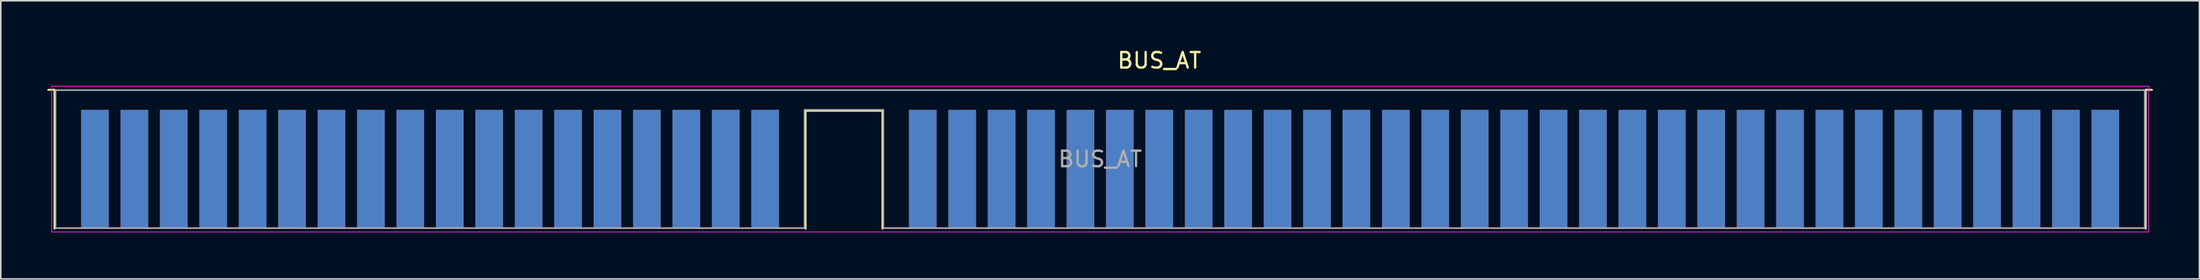
<source format=kicad_pcb>
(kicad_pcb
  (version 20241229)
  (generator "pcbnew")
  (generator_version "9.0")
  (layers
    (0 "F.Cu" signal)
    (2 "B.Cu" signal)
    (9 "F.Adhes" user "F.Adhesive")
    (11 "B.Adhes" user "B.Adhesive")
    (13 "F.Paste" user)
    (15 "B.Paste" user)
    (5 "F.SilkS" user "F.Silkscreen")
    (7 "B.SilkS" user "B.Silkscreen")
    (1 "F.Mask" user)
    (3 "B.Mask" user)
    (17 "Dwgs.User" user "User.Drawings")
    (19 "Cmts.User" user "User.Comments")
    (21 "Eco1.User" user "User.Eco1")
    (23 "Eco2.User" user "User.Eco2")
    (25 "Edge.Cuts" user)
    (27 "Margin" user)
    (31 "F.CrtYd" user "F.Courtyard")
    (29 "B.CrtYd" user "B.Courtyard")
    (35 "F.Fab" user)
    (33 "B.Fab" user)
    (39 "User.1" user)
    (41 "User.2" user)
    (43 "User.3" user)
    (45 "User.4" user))
  (footprint "BUS_AT"
    (layer "F.Cu")
    (at 132.61 7.838)
    (property "Reference" "BUS_AT" (at -60.96 -6.99 0) (layer "F.SilkS") (effects (font (size 1 1) (thickness 0.15))))
    (attr exclude_from_pos_files exclude_from_bom)
    (fp_line (start -132.15 -5.1) (end -132.55 -5.1) (stroke (width 0.12) (type solid)) (layer "F.SilkS"))
    (fp_line (start -132.15 3.85) (end -132.15 -5.1) (stroke (width 0.12) (type solid)) (layer "F.SilkS"))
    (fp_line (start -83.75 -3.75) (end -78.8 -3.75) (stroke (width 0.12) (type solid)) (layer "F.SilkS"))
    (fp_line (start -83.75 3.85) (end -83.75 -3.75) (stroke (width 0.12) (type solid)) (layer "F.SilkS"))
    (fp_line (start -78.8 -3.75) (end -78.8 3.85) (stroke (width 0.12) (type solid)) (layer "F.SilkS"))
    (fp_line (start 2.6 -5.1) (end 3 -5.1) (stroke (width 0.12) (type solid)) (layer "F.SilkS"))
    (fp_line (start 2.6 3.85) (end 2.6 -5.1) (stroke (width 0.12) (type solid)) (layer "F.SilkS"))
    (fp_line (start -132.33 -5.33) (end -132.33 4.06) (stroke (width 0.05) (type solid)) (layer "F.CrtYd"))
    (fp_line (start -132.33 -5.33) (end 2.79 -5.33) (stroke (width 0.05) (type solid)) (layer "F.CrtYd"))
    (fp_line (start 2.79 4.06) (end -132.33 4.06) (stroke (width 0.05) (type solid)) (layer "F.CrtYd"))
    (fp_line (start 2.79 4.06) (end 2.79 -5.33) (stroke (width 0.05) (type solid)) (layer "F.CrtYd"))
    (fp_line (start -132.08 -5.08) (end 2.54 -5.08) (stroke (width 0.1) (type solid)) (layer "F.Fab"))
    (fp_line (start -132.08 3.81) (end -132.08 -5.08) (stroke (width 0.1) (type solid)) (layer "F.Fab"))
    (fp_line (start -83.82 -3.81) (end -83.82 3.81) (stroke (width 0.1) (type solid)) (layer "F.Fab"))
    (fp_line (start -83.82 3.81) (end -132.08 3.81) (stroke (width 0.1) (type solid)) (layer "F.Fab"))
    (fp_line (start -78.74 -3.81) (end -83.82 -3.81) (stroke (width 0.1) (type solid)) (layer "F.Fab"))
    (fp_line (start -78.74 3.81) (end -78.74 -3.81) (stroke (width 0.1) (type solid)) (layer "F.Fab"))
    (fp_line (start 2.54 -5.08) (end 2.54 3.81) (stroke (width 0.1) (type solid)) (layer "F.Fab"))
    (fp_line (start 2.54 3.81) (end -78.74 3.81) (stroke (width 0.1) (type solid)) (layer "F.Fab"))
    (fp_text user "${REFERENCE}" (at -64.77 -0.635 0) (layer "F.Fab") (effects (font (size 1 1) (thickness 0.15))))
    (pad "1" connect rect (at 0 0) (size 1.78 7.62) (layers "B.Cu" "B.Mask"))
    (pad "2" connect rect (at -2.54 0) (size 1.78 7.62) (layers "B.Cu" "B.Mask"))
    (pad "3" connect rect (at -5.08 0) (size 1.78 7.62) (layers "B.Cu" "B.Mask"))
    (pad "4" connect rect (at -7.62 0) (size 1.78 7.62) (layers "B.Cu" "B.Mask"))
    (pad "5" connect rect (at -10.16 0) (size 1.78 7.62) (layers "B.Cu" "B.Mask"))
    (pad "6" connect rect (at -12.7 0) (size 1.78 7.62) (layers "B.Cu" "B.Mask"))
    (pad "7" connect rect (at -15.24 0) (size 1.78 7.62) (layers "B.Cu" "B.Mask"))
    (pad "8" connect rect (at -17.78 0) (size 1.78 7.62) (layers "B.Cu" "B.Mask"))
    (pad "9" connect rect (at -20.32 0) (size 1.78 7.62) (layers "B.Cu" "B.Mask"))
    (pad "10" connect rect (at -22.86 0) (size 1.78 7.62) (layers "B.Cu" "B.Mask"))
    (pad "11" connect rect (at -25.4 0) (size 1.78 7.62) (layers "B.Cu" "B.Mask"))
    (pad "12" connect rect (at -27.94 0) (size 1.78 7.62) (layers "B.Cu" "B.Mask"))
    (pad "13" connect rect (at -30.48 0) (size 1.78 7.62) (layers "B.Cu" "B.Mask"))
    (pad "14" connect rect (at -33.02 0) (size 1.78 7.62) (layers "B.Cu" "B.Mask"))
    (pad "15" connect rect (at -35.56 0) (size 1.78 7.62) (layers "B.Cu" "B.Mask"))
    (pad "16" connect rect (at -38.1 0) (size 1.78 7.62) (layers "B.Cu" "B.Mask"))
    (pad "17" connect rect (at -40.64 0) (size 1.78 7.62) (layers "B.Cu" "B.Mask"))
    (pad "18" connect rect (at -43.18 0) (size 1.78 7.62) (layers "B.Cu" "B.Mask"))
    (pad "19" connect rect (at -45.72 0) (size 1.78 7.62) (layers "B.Cu" "B.Mask"))
    (pad "20" connect rect (at -48.26 0) (size 1.78 7.62) (layers "B.Cu" "B.Mask"))
    (pad "21" connect rect (at -50.8 0) (size 1.78 7.62) (layers "B.Cu" "B.Mask"))
    (pad "22" connect rect (at -53.34 0) (size 1.78 7.62) (layers "B.Cu" "B.Mask"))
    (pad "23" connect rect (at -55.88 0) (size 1.78 7.62) (layers "B.Cu" "B.Mask"))
    (pad "24" connect rect (at -58.42 0) (size 1.78 7.62) (layers "B.Cu" "B.Mask"))
    (pad "25" connect rect (at -60.96 0) (size 1.78 7.62) (layers "B.Cu" "B.Mask"))
    (pad "26" connect rect (at -63.5 0) (size 1.78 7.62) (layers "B.Cu" "B.Mask"))
    (pad "27" connect rect (at -66.04 0) (size 1.78 7.62) (layers "B.Cu" "B.Mask"))
    (pad "28" connect rect (at -68.58 0) (size 1.78 7.62) (layers "B.Cu" "B.Mask"))
    (pad "29" connect rect (at -71.12 0) (size 1.78 7.62) (layers "B.Cu" "B.Mask"))
    (pad "30" connect rect (at -73.66 0) (size 1.78 7.62) (layers "B.Cu" "B.Mask"))
    (pad "31" connect rect (at -76.2 0) (size 1.78 7.62) (layers "B.Cu" "B.Mask"))
    (pad "32" connect rect (at 0 0) (size 1.78 7.62) (layers "F.Cu" "F.Mask"))
    (pad "33" connect rect (at -2.54 0) (size 1.78 7.62) (layers "F.Cu" "F.Mask"))
    (pad "34" connect rect (at -5.08 0) (size 1.78 7.62) (layers "F.Cu" "F.Mask"))
    (pad "35" connect rect (at -7.62 0) (size 1.78 7.62) (layers "F.Cu" "F.Mask"))
    (pad "36" connect rect (at -10.16 0) (size 1.78 7.62) (layers "F.Cu" "F.Mask"))
    (pad "37" connect rect (at -12.7 0) (size 1.78 7.62) (layers "F.Cu" "F.Mask"))
    (pad "38" connect rect (at -15.24 0) (size 1.78 7.62) (layers "F.Cu" "F.Mask"))
    (pad "39" connect rect (at -17.78 0) (size 1.78 7.62) (layers "F.Cu" "F.Mask"))
    (pad "40" connect rect (at -20.32 0) (size 1.78 7.62) (layers "F.Cu" "F.Mask"))
    (pad "41" connect rect (at -22.86 0) (size 1.78 7.62) (layers "F.Cu" "F.Mask"))
    (pad "42" connect rect (at -25.4 0) (size 1.78 7.62) (layers "F.Cu" "F.Mask"))
    (pad "43" connect rect (at -27.94 0) (size 1.78 7.62) (layers "F.Cu" "F.Mask"))
    (pad "44" connect rect (at -30.48 0) (size 1.78 7.62) (layers "F.Cu" "F.Mask"))
    (pad "45" connect rect (at -33.02 0) (size 1.78 7.62) (layers "F.Cu" "F.Mask"))
    (pad "46" connect rect (at -35.56 0) (size 1.78 7.62) (layers "F.Cu" "F.Mask"))
    (pad "47" connect rect (at -38.1 0) (size 1.78 7.62) (layers "F.Cu" "F.Mask"))
    (pad "48" connect rect (at -40.64 0) (size 1.78 7.62) (layers "F.Cu" "F.Mask"))
    (pad "49" connect rect (at -43.18 0) (size 1.78 7.62) (layers "F.Cu" "F.Mask"))
    (pad "50" connect rect (at -45.72 0) (size 1.78 7.62) (layers "F.Cu" "F.Mask"))
    (pad "51" connect rect (at -48.26 0) (size 1.78 7.62) (layers "F.Cu" "F.Mask"))
    (pad "52" connect rect (at -50.8 0) (size 1.78 7.62) (layers "F.Cu" "F.Mask"))
    (pad "53" connect rect (at -53.34 0) (size 1.78 7.62) (layers "F.Cu" "F.Mask"))
    (pad "54" connect rect (at -55.88 0) (size 1.78 7.62) (layers "F.Cu" "F.Mask"))
    (pad "55" connect rect (at -58.42 0) (size 1.78 7.62) (layers "F.Cu" "F.Mask"))
    (pad "56" connect rect (at -60.96 0) (size 1.78 7.62) (layers "F.Cu" "F.Mask"))
    (pad "57" connect rect (at -63.5 0) (size 1.78 7.62) (layers "F.Cu" "F.Mask"))
    (pad "58" connect rect (at -66.04 0) (size 1.78 7.62) (layers "F.Cu" "F.Mask"))
    (pad "59" connect rect (at -68.58 0) (size 1.78 7.62) (layers "F.Cu" "F.Mask"))
    (pad "60" connect rect (at -71.12 0) (size 1.78 7.62) (layers "F.Cu" "F.Mask"))
    (pad "61" connect rect (at -73.66 0) (size 1.78 7.62) (layers "F.Cu" "F.Mask"))
    (pad "62" connect rect (at -76.2 0) (size 1.78 7.62) (layers "F.Cu" "F.Mask"))
    (pad "63" connect rect (at -86.36 0) (size 1.78 7.62) (layers "B.Cu" "B.Mask"))
    (pad "64" connect rect (at -88.9 0) (size 1.78 7.62) (layers "B.Cu" "B.Mask"))
    (pad "65" connect rect (at -91.44 0) (size 1.78 7.62) (layers "B.Cu" "B.Mask"))
    (pad "66" connect rect (at -93.98 0) (size 1.78 7.62) (layers "B.Cu" "B.Mask"))
    (pad "67" connect rect (at -96.52 0) (size 1.78 7.62) (layers "B.Cu" "B.Mask"))
    (pad "68" connect rect (at -99.06 0) (size 1.78 7.62) (layers "B.Cu" "B.Mask"))
    (pad "69" connect rect (at -101.6 0) (size 1.78 7.62) (layers "B.Cu" "B.Mask"))
    (pad "70" connect rect (at -104.14 0) (size 1.78 7.62) (layers "B.Cu" "B.Mask"))
    (pad "71" connect rect (at -106.68 0) (size 1.78 7.62) (layers "B.Cu" "B.Mask"))
    (pad "72" connect rect (at -109.22 0) (size 1.78 7.62) (layers "B.Cu" "B.Mask"))
    (pad "73" connect rect (at -111.76 0) (size 1.78 7.62) (layers "B.Cu" "B.Mask"))
    (pad "74" connect rect (at -114.3 0) (size 1.78 7.62) (layers "B.Cu" "B.Mask"))
    (pad "75" connect rect (at -116.84 0) (size 1.78 7.62) (layers "B.Cu" "B.Mask"))
    (pad "76" connect rect (at -119.38 0) (size 1.78 7.62) (layers "B.Cu" "B.Mask"))
    (pad "77" connect rect (at -121.92 0) (size 1.78 7.62) (layers "B.Cu" "B.Mask"))
    (pad "78" connect rect (at -124.46 0) (size 1.78 7.62) (layers "B.Cu" "B.Mask"))
    (pad "79" connect rect (at -127 0) (size 1.78 7.62) (layers "B.Cu" "B.Mask"))
    (pad "80" connect rect (at -129.54 0) (size 1.78 7.62) (layers "B.Cu" "B.Mask"))
    (pad "81" connect rect (at -86.36 0) (size 1.78 7.62) (layers "F.Cu" "F.Mask"))
    (pad "82" connect rect (at -88.9 0) (size 1.78 7.62) (layers "F.Cu" "F.Mask"))
    (pad "83" connect rect (at -91.44 0) (size 1.78 7.62) (layers "F.Cu" "F.Mask"))
    (pad "84" connect rect (at -93.98 0) (size 1.78 7.62) (layers "F.Cu" "F.Mask"))
    (pad "85" connect rect (at -96.52 0) (size 1.78 7.62) (layers "F.Cu" "F.Mask"))
    (pad "86" connect rect (at -99.06 0) (size 1.78 7.62) (layers "F.Cu" "F.Mask"))
    (pad "87" connect rect (at -101.6 0) (size 1.78 7.62) (layers "F.Cu" "F.Mask"))
    (pad "88" connect rect (at -104.14 0) (size 1.78 7.62) (layers "F.Cu" "F.Mask"))
    (pad "89" connect rect (at -106.68 0) (size 1.78 7.62) (layers "F.Cu" "F.Mask"))
    (pad "90" connect rect (at -109.22 0) (size 1.78 7.62) (layers "F.Cu" "F.Mask"))
    (pad "91" connect rect (at -111.76 0) (size 1.78 7.62) (layers "F.Cu" "F.Mask"))
    (pad "92" connect rect (at -114.3 0) (size 1.78 7.62) (layers "F.Cu" "F.Mask"))
    (pad "93" connect rect (at -116.84 0) (size 1.78 7.62) (layers "F.Cu" "F.Mask"))
    (pad "94" connect rect (at -119.38 0) (size 1.78 7.62) (layers "F.Cu" "F.Mask"))
    (pad "95" connect rect (at -121.92 0) (size 1.78 7.62) (layers "F.Cu" "F.Mask"))
    (pad "96" connect rect (at -124.46 0) (size 1.78 7.62) (layers "F.Cu" "F.Mask"))
    (pad "97" connect rect (at -127 0) (size 1.78 7.62) (layers "F.Cu" "F.Mask"))
    (pad "98" connect rect (at -129.54 0) (size 1.78 7.62) (layers "F.Cu" "F.Mask")))
  (gr_rect
    (start -3 -3)
    (end 138.67 14.923)
    (stroke (width 0.1) (type default))
    (fill no)
    (layer "Edge.Cuts")))
</source>
